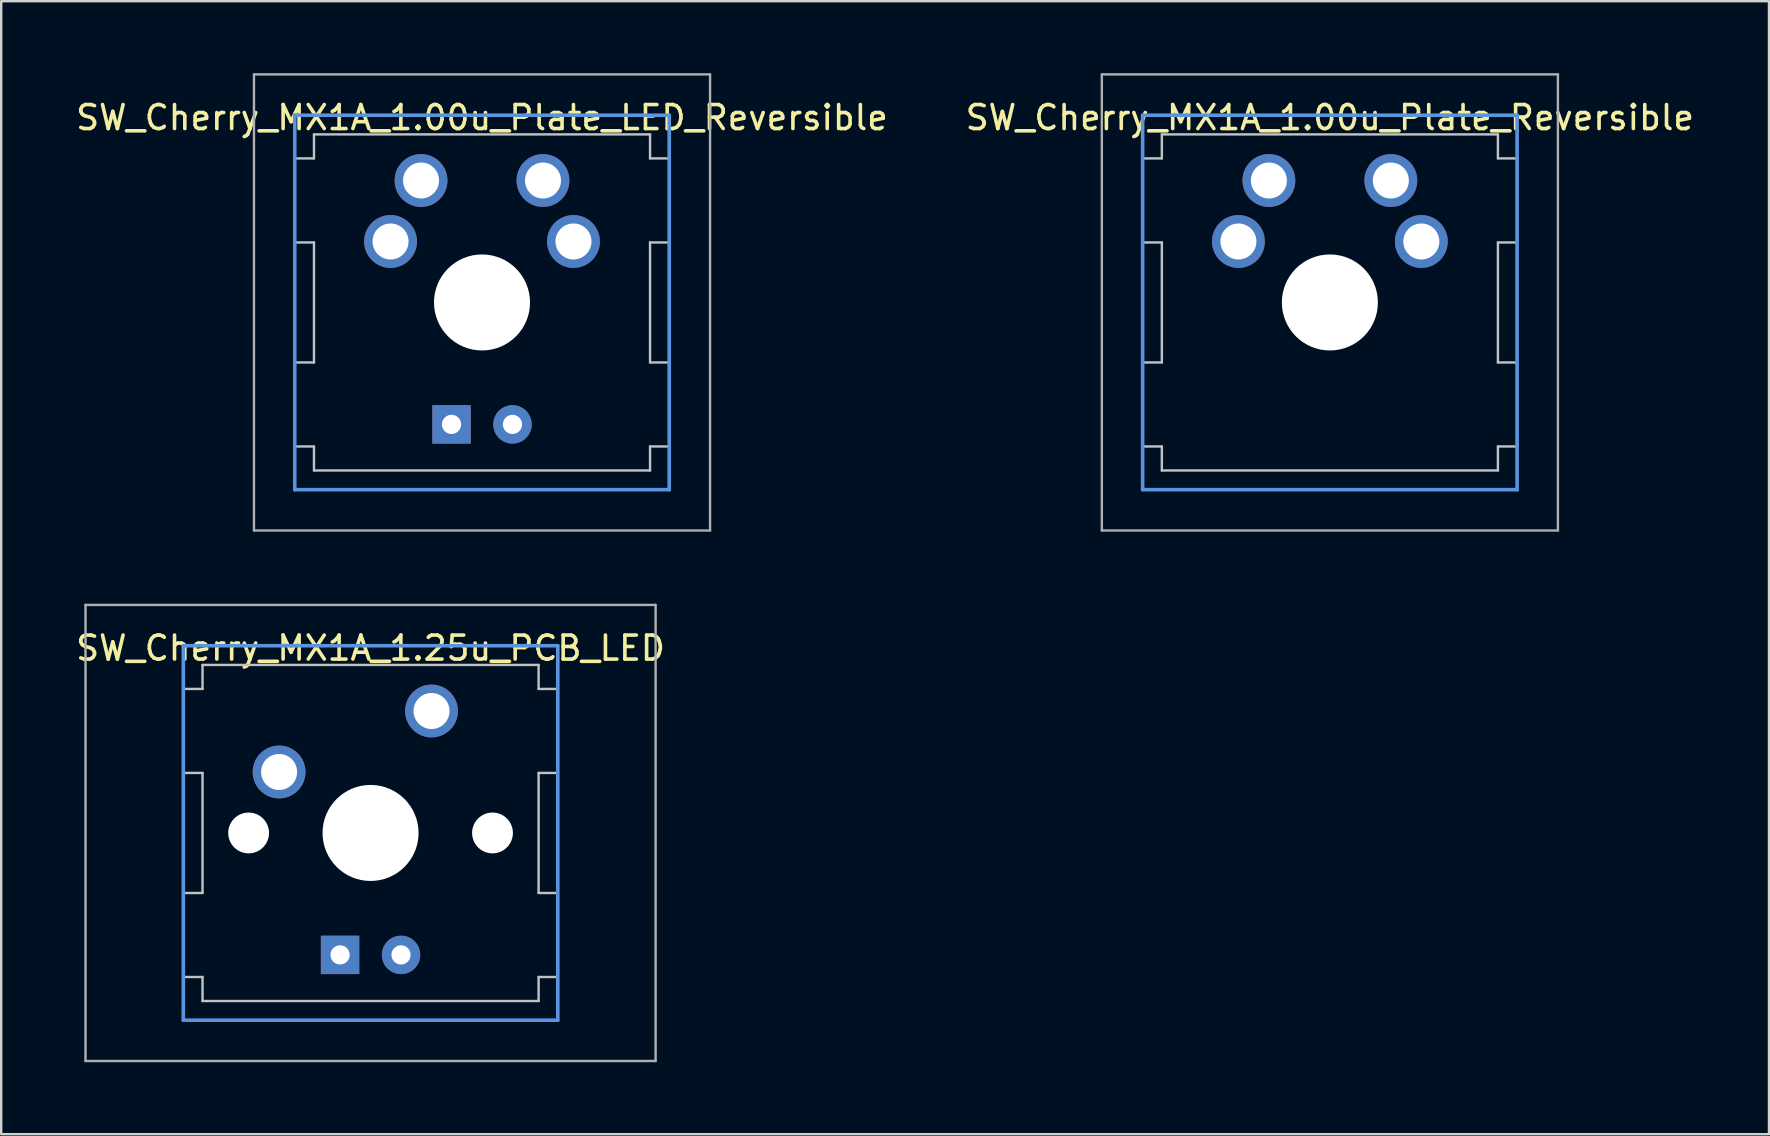
<source format=kicad_pcb>
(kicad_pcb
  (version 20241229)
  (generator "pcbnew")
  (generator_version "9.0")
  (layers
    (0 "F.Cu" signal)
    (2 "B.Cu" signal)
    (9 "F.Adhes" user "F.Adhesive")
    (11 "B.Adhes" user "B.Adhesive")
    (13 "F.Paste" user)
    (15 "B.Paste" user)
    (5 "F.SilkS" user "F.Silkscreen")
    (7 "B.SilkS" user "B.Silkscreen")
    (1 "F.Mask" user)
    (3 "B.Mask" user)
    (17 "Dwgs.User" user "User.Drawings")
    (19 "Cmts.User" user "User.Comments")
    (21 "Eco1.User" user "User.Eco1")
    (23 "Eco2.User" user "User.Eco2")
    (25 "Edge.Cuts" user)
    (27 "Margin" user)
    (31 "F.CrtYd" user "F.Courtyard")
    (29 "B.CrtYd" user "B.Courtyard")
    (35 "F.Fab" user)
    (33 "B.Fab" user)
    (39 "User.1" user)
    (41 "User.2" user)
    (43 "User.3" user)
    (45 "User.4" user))
  (footprint "SW_Cherry_MX1A_1.00u_Plate_Reversible"
    (layer "F.Cu")
    (at 52.351 9.55)
    (property "Reference" "SW_Cherry_MX1A_1.00u_Plate_Reversible" (at 0 -7.7 0) (layer "F.SilkS") (effects (font (size 1 1) (thickness 0.15))))
    (attr through_hole)
    (fp_line (start -7.8 -6) (end -7 -6) (stroke (width 0.1) (type solid)) (layer "Dwgs.User"))
    (fp_line (start -7.8 -2.5) (end -7.8 -6) (stroke (width 0.1) (type solid)) (layer "Dwgs.User"))
    (fp_line (start -7.8 -2.5) (end -7 -2.5) (stroke (width 0.1) (type solid)) (layer "Dwgs.User"))
    (fp_line (start -7.8 2.5) (end -7 2.5) (stroke (width 0.1) (type solid)) (layer "Dwgs.User"))
    (fp_line (start -7.8 6) (end -7.8 2.5) (stroke (width 0.1) (type solid)) (layer "Dwgs.User"))
    (fp_line (start -7.8 6) (end -7 6) (stroke (width 0.1) (type solid)) (layer "Dwgs.User"))
    (fp_line (start -7 -7) (end 7 -7) (stroke (width 0.1) (type solid)) (layer "Dwgs.User"))
    (fp_line (start -7 -6) (end -7 -7) (stroke (width 0.1) (type solid)) (layer "Dwgs.User"))
    (fp_line (start -7 -2.5) (end -7 2.5) (stroke (width 0.1) (type solid)) (layer "Dwgs.User"))
    (fp_line (start -7 7) (end -7 6) (stroke (width 0.1) (type solid)) (layer "Dwgs.User"))
    (fp_line (start -7 7) (end 7 7) (stroke (width 0.1) (type solid)) (layer "Dwgs.User"))
    (fp_line (start 7 -6) (end 7 -7) (stroke (width 0.1) (type solid)) (layer "Dwgs.User"))
    (fp_line (start 7 -6) (end 7.8 -6) (stroke (width 0.1) (type solid)) (layer "Dwgs.User"))
    (fp_line (start 7 -2.5) (end 7 2.5) (stroke (width 0.1) (type solid)) (layer "Dwgs.User"))
    (fp_line (start 7 -2.5) (end 7.8 -2.5) (stroke (width 0.1) (type solid)) (layer "Dwgs.User"))
    (fp_line (start 7 2.5) (end 7.8 2.5) (stroke (width 0.1) (type solid)) (layer "Dwgs.User"))
    (fp_line (start 7 6) (end 7.8 6) (stroke (width 0.1) (type solid)) (layer "Dwgs.User"))
    (fp_line (start 7 7) (end 7 6) (stroke (width 0.1) (type solid)) (layer "Dwgs.User"))
    (fp_line (start 7.8 -2.5) (end 7.8 -6) (stroke (width 0.1) (type solid)) (layer "Dwgs.User"))
    (fp_line (start 7.8 6) (end 7.8 2.5) (stroke (width 0.1) (type solid)) (layer "Dwgs.User"))
    (fp_line (start -7.8 -7.8) (end 7.8 -7.8) (stroke (width 0.15) (type solid)) (layer "Cmts.User"))
    (fp_line (start -7.8 7.8) (end -7.8 -7.8) (stroke (width 0.15) (type solid)) (layer "Cmts.User"))
    (fp_line (start 7.8 -7.8) (end 7.8 7.8) (stroke (width 0.15) (type solid)) (layer "Cmts.User"))
    (fp_line (start 7.8 7.8) (end -7.8 7.8) (stroke (width 0.15) (type solid)) (layer "Cmts.User"))
    (fp_line (start -9.5 -9.5) (end 9.5 -9.5) (stroke (width 0.1) (type solid)) (layer "F.Fab"))
    (fp_line (start -9.5 9.5) (end -9.5 -9.5) (stroke (width 0.1) (type solid)) (layer "F.Fab"))
    (fp_line (start 9.5 -9.5) (end 9.5 9.5) (stroke (width 0.1) (type solid)) (layer "F.Fab"))
    (fp_line (start 9.5 9.5) (end -9.5 9.5) (stroke (width 0.1) (type solid)) (layer "F.Fab"))
    (pad "" np_thru_hole circle (at 0 0) (size 4 4) (drill 4) (layers "*.Cu" "*.Mask"))
    (pad "1" thru_hole circle (at -3.81 -2.54) (size 2.2 2.2) (drill 1.5) (layers "*.Cu" "*.Mask"))
    (pad "1" thru_hole circle (at -2.54 -5.08) (size 2.2 2.2) (drill 1.5) (layers "*.Cu" "*.Mask"))
    (pad "2" thru_hole circle (at 2.54 -5.08) (size 2.2 2.2) (drill 1.5) (layers "*.Cu" "*.Mask"))
    (pad "2" thru_hole circle (at 3.81 -2.54) (size 2.2 2.2) (drill 1.5) (layers "*.Cu" "*.Mask")))
  (footprint "SW_Cherry_MX1A_1.00u_Plate_LED_Reversible"
    (layer "F.Cu")
    (at 17.03 9.55)
    (property "Reference" "SW_Cherry_MX1A_1.00u_Plate_LED_Reversible" (at 0 -7.7 0) (layer "F.SilkS") (effects (font (size 1 1) (thickness 0.15))))
    (attr through_hole)
    (fp_line (start -7.8 -6) (end -7 -6) (stroke (width 0.1) (type solid)) (layer "Dwgs.User"))
    (fp_line (start -7.8 -2.5) (end -7.8 -6) (stroke (width 0.1) (type solid)) (layer "Dwgs.User"))
    (fp_line (start -7.8 -2.5) (end -7 -2.5) (stroke (width 0.1) (type solid)) (layer "Dwgs.User"))
    (fp_line (start -7.8 2.5) (end -7 2.5) (stroke (width 0.1) (type solid)) (layer "Dwgs.User"))
    (fp_line (start -7.8 6) (end -7.8 2.5) (stroke (width 0.1) (type solid)) (layer "Dwgs.User"))
    (fp_line (start -7.8 6) (end -7 6) (stroke (width 0.1) (type solid)) (layer "Dwgs.User"))
    (fp_line (start -7 -7) (end 7 -7) (stroke (width 0.1) (type solid)) (layer "Dwgs.User"))
    (fp_line (start -7 -6) (end -7 -7) (stroke (width 0.1) (type solid)) (layer "Dwgs.User"))
    (fp_line (start -7 -2.5) (end -7 2.5) (stroke (width 0.1) (type solid)) (layer "Dwgs.User"))
    (fp_line (start -7 7) (end -7 6) (stroke (width 0.1) (type solid)) (layer "Dwgs.User"))
    (fp_line (start -7 7) (end 7 7) (stroke (width 0.1) (type solid)) (layer "Dwgs.User"))
    (fp_line (start 7 -6) (end 7 -7) (stroke (width 0.1) (type solid)) (layer "Dwgs.User"))
    (fp_line (start 7 -6) (end 7.8 -6) (stroke (width 0.1) (type solid)) (layer "Dwgs.User"))
    (fp_line (start 7 -2.5) (end 7 2.5) (stroke (width 0.1) (type solid)) (layer "Dwgs.User"))
    (fp_line (start 7 -2.5) (end 7.8 -2.5) (stroke (width 0.1) (type solid)) (layer "Dwgs.User"))
    (fp_line (start 7 2.5) (end 7.8 2.5) (stroke (width 0.1) (type solid)) (layer "Dwgs.User"))
    (fp_line (start 7 6) (end 7.8 6) (stroke (width 0.1) (type solid)) (layer "Dwgs.User"))
    (fp_line (start 7 7) (end 7 6) (stroke (width 0.1) (type solid)) (layer "Dwgs.User"))
    (fp_line (start 7.8 -2.5) (end 7.8 -6) (stroke (width 0.1) (type solid)) (layer "Dwgs.User"))
    (fp_line (start 7.8 6) (end 7.8 2.5) (stroke (width 0.1) (type solid)) (layer "Dwgs.User"))
    (fp_line (start -7.8 -7.8) (end 7.8 -7.8) (stroke (width 0.15) (type solid)) (layer "Cmts.User"))
    (fp_line (start -7.8 7.8) (end -7.8 -7.8) (stroke (width 0.15) (type solid)) (layer "Cmts.User"))
    (fp_line (start 7.8 -7.8) (end 7.8 7.8) (stroke (width 0.15) (type solid)) (layer "Cmts.User"))
    (fp_line (start 7.8 7.8) (end -7.8 7.8) (stroke (width 0.15) (type solid)) (layer "Cmts.User"))
    (fp_line (start -9.5 -9.5) (end 9.5 -9.5) (stroke (width 0.1) (type solid)) (layer "F.Fab"))
    (fp_line (start -9.5 9.5) (end -9.5 -9.5) (stroke (width 0.1) (type solid)) (layer "F.Fab"))
    (fp_line (start 9.5 -9.5) (end 9.5 9.5) (stroke (width 0.1) (type solid)) (layer "F.Fab"))
    (fp_line (start 9.5 9.5) (end -9.5 9.5) (stroke (width 0.1) (type solid)) (layer "F.Fab"))
    (pad "" np_thru_hole circle (at 0 0) (size 4 4) (drill 4) (layers "*.Cu" "*.Mask"))
    (pad "1" thru_hole circle (at -3.81 -2.54) (size 2.2 2.2) (drill 1.5) (layers "*.Cu" "*.Mask"))
    (pad "1" thru_hole circle (at -2.54 -5.08) (size 2.2 2.2) (drill 1.5) (layers "*.Cu" "*.Mask"))
    (pad "2" thru_hole circle (at 2.54 -5.08) (size 2.2 2.2) (drill 1.5) (layers "*.Cu" "*.Mask"))
    (pad "2" thru_hole circle (at 3.81 -2.54) (size 2.2 2.2) (drill 1.5) (layers "*.Cu" "*.Mask"))
    (pad "3" thru_hole rect (at -1.27 5.08) (size 1.6 1.6) (drill 0.8) (layers "*.Cu" "*.Mask"))
    (pad "4" thru_hole circle (at 1.27 5.08) (size 1.6 1.6) (drill 0.8) (layers "*.Cu" "*.Mask")))
  (footprint "SW_Cherry_MX1A_1.25u_PCB_LED"
    (layer "F.Cu")
    (at 12.387 31.65)
    (property "Reference" "SW_Cherry_MX1A_1.25u_PCB_LED" (at 0 -7.7 0) (layer "F.SilkS") (effects (font (size 1 1) (thickness 0.15))))
    (attr through_hole)
    (fp_line (start -7.8 -6) (end -7 -6) (stroke (width 0.1) (type solid)) (layer "Dwgs.User"))
    (fp_line (start -7.8 -2.5) (end -7.8 -6) (stroke (width 0.1) (type solid)) (layer "Dwgs.User"))
    (fp_line (start -7.8 -2.5) (end -7 -2.5) (stroke (width 0.1) (type solid)) (layer "Dwgs.User"))
    (fp_line (start -7.8 2.5) (end -7 2.5) (stroke (width 0.1) (type solid)) (layer "Dwgs.User"))
    (fp_line (start -7.8 6) (end -7.8 2.5) (stroke (width 0.1) (type solid)) (layer "Dwgs.User"))
    (fp_line (start -7.8 6) (end -7 6) (stroke (width 0.1) (type solid)) (layer "Dwgs.User"))
    (fp_line (start -7 -7) (end 7 -7) (stroke (width 0.1) (type solid)) (layer "Dwgs.User"))
    (fp_line (start -7 -6) (end -7 -7) (stroke (width 0.1) (type solid)) (layer "Dwgs.User"))
    (fp_line (start -7 -2.5) (end -7 2.5) (stroke (width 0.1) (type solid)) (layer "Dwgs.User"))
    (fp_line (start -7 7) (end -7 6) (stroke (width 0.1) (type solid)) (layer "Dwgs.User"))
    (fp_line (start -7 7) (end 7 7) (stroke (width 0.1) (type solid)) (layer "Dwgs.User"))
    (fp_line (start 7 -6) (end 7 -7) (stroke (width 0.1) (type solid)) (layer "Dwgs.User"))
    (fp_line (start 7 -6) (end 7.8 -6) (stroke (width 0.1) (type solid)) (layer "Dwgs.User"))
    (fp_line (start 7 -2.5) (end 7 2.5) (stroke (width 0.1) (type solid)) (layer "Dwgs.User"))
    (fp_line (start 7 -2.5) (end 7.8 -2.5) (stroke (width 0.1) (type solid)) (layer "Dwgs.User"))
    (fp_line (start 7 2.5) (end 7.8 2.5) (stroke (width 0.1) (type solid)) (layer "Dwgs.User"))
    (fp_line (start 7 6) (end 7.8 6) (stroke (width 0.1) (type solid)) (layer "Dwgs.User"))
    (fp_line (start 7 7) (end 7 6) (stroke (width 0.1) (type solid)) (layer "Dwgs.User"))
    (fp_line (start 7.8 -2.5) (end 7.8 -6) (stroke (width 0.1) (type solid)) (layer "Dwgs.User"))
    (fp_line (start 7.8 6) (end 7.8 2.5) (stroke (width 0.1) (type solid)) (layer "Dwgs.User"))
    (fp_line (start -7.8 -7.8) (end 7.8 -7.8) (stroke (width 0.15) (type solid)) (layer "Cmts.User"))
    (fp_line (start -7.8 7.8) (end -7.8 -7.8) (stroke (width 0.15) (type solid)) (layer "Cmts.User"))
    (fp_line (start 7.8 -7.8) (end 7.8 7.8) (stroke (width 0.15) (type solid)) (layer "Cmts.User"))
    (fp_line (start 7.8 7.8) (end -7.8 7.8) (stroke (width 0.15) (type solid)) (layer "Cmts.User"))
    (fp_line (start -11.875 -9.5) (end 11.875 -9.5) (stroke (width 0.1) (type solid)) (layer "F.Fab"))
    (fp_line (start -11.875 9.5) (end -11.875 -9.5) (stroke (width 0.1) (type solid)) (layer "F.Fab"))
    (fp_line (start 11.875 -9.5) (end 11.875 9.5) (stroke (width 0.1) (type solid)) (layer "F.Fab"))
    (fp_line (start 11.875 9.5) (end -11.875 9.5) (stroke (width 0.1) (type solid)) (layer "F.Fab"))
    (pad "" np_thru_hole circle (at -5.08 0) (size 1.7 1.7) (drill 1.7) (layers "*.Cu" "*.Mask"))
    (pad "" np_thru_hole circle (at 0 0) (size 4 4) (drill 4) (layers "*.Cu" "*.Mask"))
    (pad "" np_thru_hole circle (at 5.08 0) (size 1.7 1.7) (drill 1.7) (layers "*.Cu" "*.Mask"))
    (pad "1" thru_hole circle (at -3.81 -2.54) (size 2.2 2.2) (drill 1.5) (layers "*.Cu" "*.Mask"))
    (pad "2" thru_hole circle (at 2.54 -5.08) (size 2.2 2.2) (drill 1.5) (layers "*.Cu" "*.Mask"))
    (pad "3" thru_hole rect (at -1.27 5.08) (size 1.6 1.6) (drill 0.8) (layers "*.Cu" "*.Mask"))
    (pad "4" thru_hole circle (at 1.27 5.08) (size 1.6 1.6) (drill 0.8) (layers "*.Cu" "*.Mask")))
  (gr_rect
    (start -3 -3)
    (end 70.643 44.2)
    (stroke (width 0.1) (type default))
    (fill no)
    (layer "Edge.Cuts")))
</source>
